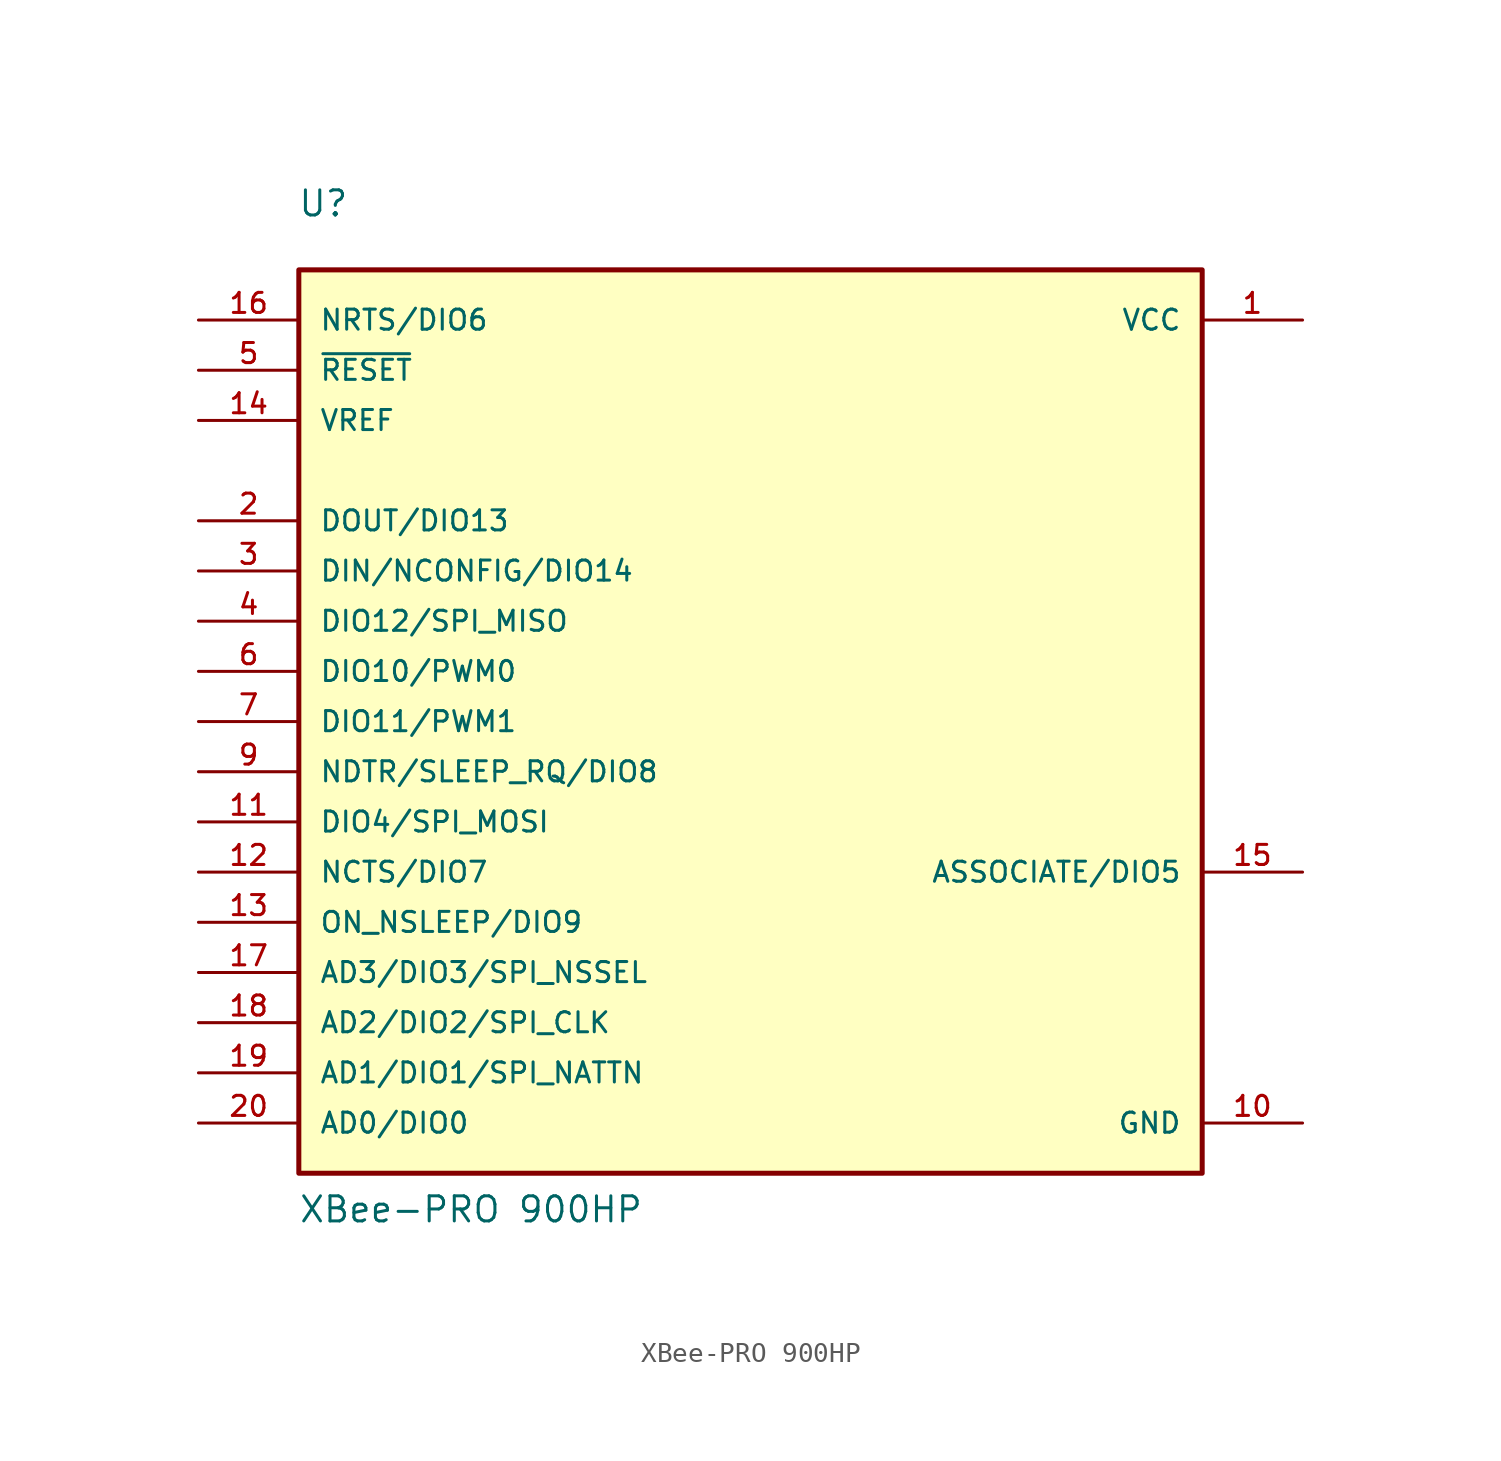
<source format=kicad_sym>
(kicad_symbol_lib
  (version 20211014)
  (generator kicad_symbol_editor)
  (symbol "XBee-PRO 900HP"
    (pin_names
      (offset 1.016))
    (property "Reference" "U"
      (at -22.928 25.476 0)
      (effects (font (size 1.27 1.27)) (justify left bottom)))
    (property "Value" "XBee-PRO 900HP"
      (at -22.893 -25.437 0)
      (effects (font (size 1.27 1.27)) (justify left bottom)))
    (property "Supplier" ""
      (at 0 0 0)
      (effects (font (size 1.27 1.27))))
    (property "Supplier Part Number" ""
      (at 0 0 0)
      (effects (font (size 1.27 1.27))))
    (property "Manufacturer Part Number" ""
      (at 0 0 0)
      (effects (font (size 1.27 1.27))))
    (symbol "XBee-PRO 900HP_0_0"
      (rectangle (start -22.86 -22.86) (end 22.86 22.86) (stroke (width 0.254) (type default) (color 0 0 0 0)) (fill (type background)))
      (pin power_in line (at 27.94 20.32 180) (length 5.08) (name "VCC" (effects (font (size 1.016 1.016)))) (number "1" (effects (font (size 1.016 1.016)))))
      (pin power_in line (at 27.94 -20.32 180) (length 5.08) (name "GND" (effects (font (size 1.016 1.016)))) (number "10" (effects (font (size 1.016 1.016)))))
      (pin bidirectional line (at -27.94 -5.08 0) (length 5.08) (name "DIO4/SPI_MOSI" (effects (font (size 1.016 1.016)))) (number "11" (effects (font (size 1.016 1.016)))))
      (pin output line (at -27.94 -7.62 0) (length 5.08) (name "NCTS/DIO7" (effects (font (size 1.016 1.016)))) (number "12" (effects (font (size 1.016 1.016)))))
      (pin output line (at -27.94 -10.16 0) (length 5.08) (name "ON_NSLEEP/DIO9" (effects (font (size 1.016 1.016)))) (number "13" (effects (font (size 1.016 1.016)))))
      (pin input line (at -27.94 15.24 0) (length 5.08) (name "VREF" (effects (font (size 1.016 1.016)))) (number "14" (effects (font (size 1.016 1.016)))))
      (pin output line (at 27.94 -7.62 180) (length 5.08) (name "ASSOCIATE/DIO5" (effects (font (size 1.016 1.016)))) (number "15" (effects (font (size 1.016 1.016)))))
      (pin input line (at -27.94 20.32 0) (length 5.08) (name "NRTS/DIO6" (effects (font (size 1.016 1.016)))) (number "16" (effects (font (size 1.016 1.016)))))
      (pin bidirectional line (at -27.94 -12.7 0) (length 5.08) (name "AD3/DIO3/SPI_NSSEL" (effects (font (size 1.016 1.016)))) (number "17" (effects (font (size 1.016 1.016)))))
      (pin bidirectional line (at -27.94 -15.24 0) (length 5.08) (name "AD2/DIO2/SPI_CLK" (effects (font (size 1.016 1.016)))) (number "18" (effects (font (size 1.016 1.016)))))
      (pin bidirectional line (at -27.94 -17.78 0) (length 5.08) (name "AD1/DIO1/SPI_NATTN" (effects (font (size 1.016 1.016)))) (number "19" (effects (font (size 1.016 1.016)))))
      (pin output line (at -27.94 10.16 0) (length 5.08) (name "DOUT/DIO13" (effects (font (size 1.016 1.016)))) (number "2" (effects (font (size 1.016 1.016)))))
      (pin bidirectional line (at -27.94 -20.32 0) (length 5.08) (name "AD0/DIO0" (effects (font (size 1.016 1.016)))) (number "20" (effects (font (size 1.016 1.016)))))
      (pin input line (at -27.94 7.62 0) (length 5.08) (name "DIN/NCONFIG/DIO14" (effects (font (size 1.016 1.016)))) (number "3" (effects (font (size 1.016 1.016)))))
      (pin bidirectional line (at -27.94 5.08 0) (length 5.08) (name "DIO12/SPI_MISO" (effects (font (size 1.016 1.016)))) (number "4" (effects (font (size 1.016 1.016)))))
      (pin input line (at -27.94 17.78 0) (length 5.08) (name "~{RESET}" (effects (font (size 1.016 1.016)))) (number "5" (effects (font (size 1.016 1.016)))))
      (pin output line (at -27.94 2.54 0) (length 5.08) (name "DIO10/PWM0" (effects (font (size 1.016 1.016)))) (number "6" (effects (font (size 1.016 1.016)))))
      (pin bidirectional line (at -27.94 0 0) (length 5.08) (name "DIO11/PWM1" (effects (font (size 1.016 1.016)))) (number "7" (effects (font (size 1.016 1.016)))))
      (pin input line (at -27.94 -2.54 0) (length 5.08) (name "NDTR/SLEEP_RQ/DIO8" (effects (font (size 1.016 1.016)))) (number "9" (effects (font (size 1.016 1.016))))))))
</source>
